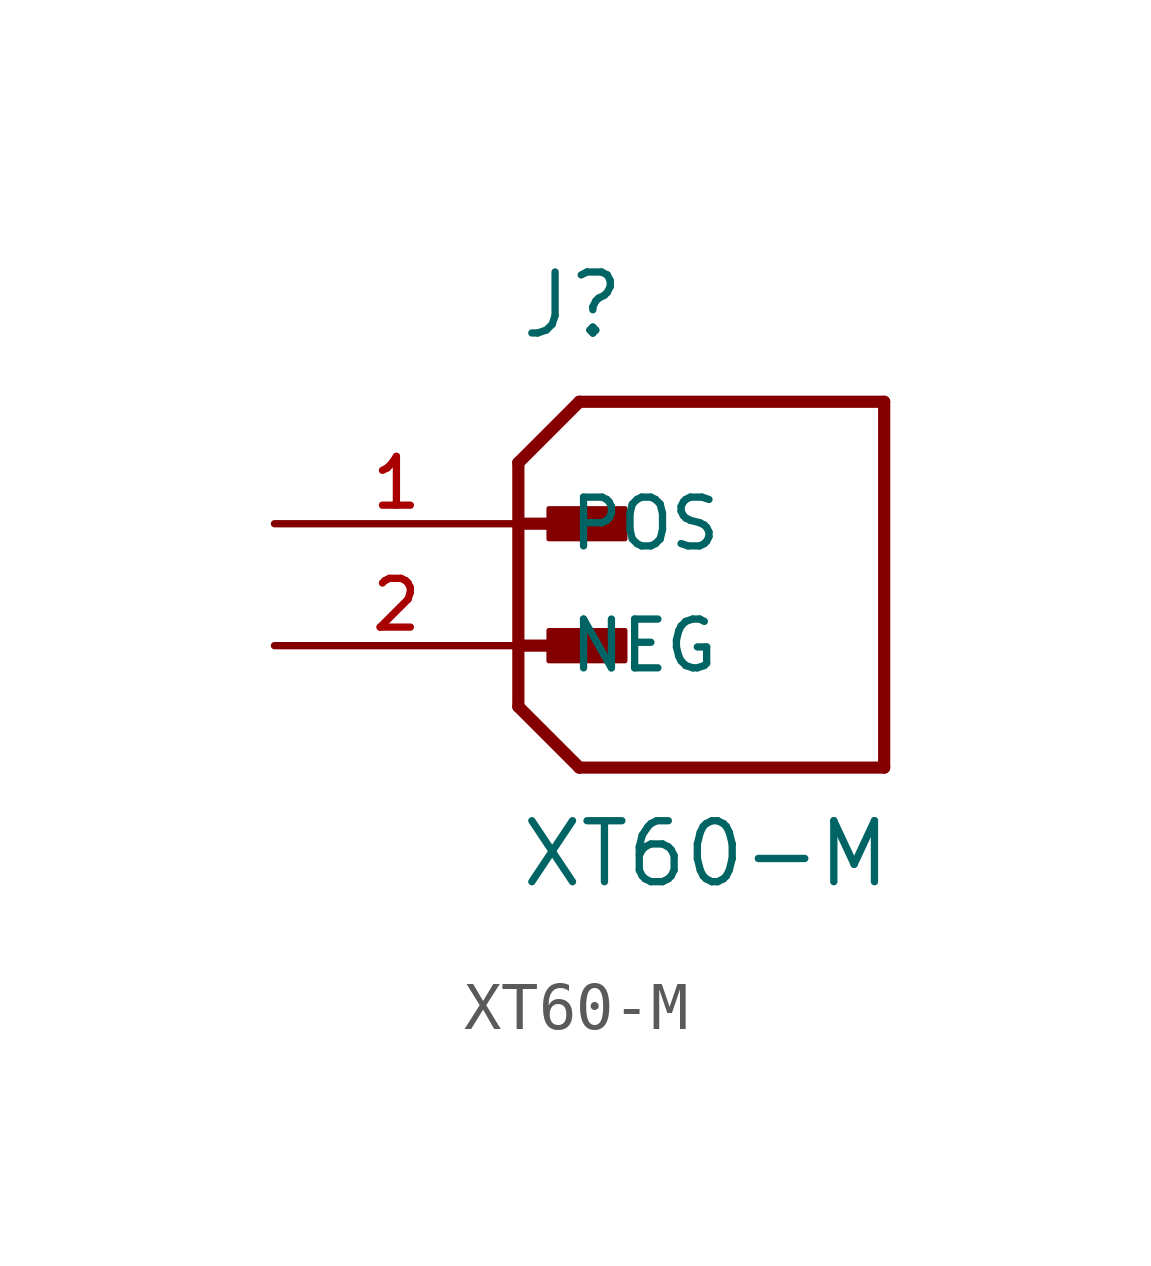
<source format=kicad_sym>
(kicad_symbol_lib
  (version 20220914)
  (generator kicad_symbol_editor)
  (symbol "XT60-M"
    (pin_names
      (offset 1.016))
    (property "Reference" "J"
      (at 0 6.35 0)
      (effects (font (size 1.27 1.27)) (justify left bottom)))
    (property "Value" "XT60-M"
      (at 0 -5.08 0)
      (effects (font (size 1.27 1.27)) (justify left bottom)))
    (symbol "XT60-M_0_0"
      (polyline (pts (xy 0 -1.27) (xy 1.27 -2.54)) (stroke (width 0.254) (type default)) (fill (type none)))
      (polyline (pts (xy 0 0) (xy 1.905 0)) (stroke (width 0.254) (type default)) (fill (type none)))
      (polyline (pts (xy 0 2.54) (xy 0 -1.27)) (stroke (width 0.254) (type default)) (fill (type none)))
      (polyline (pts (xy 0 2.54) (xy 1.905 2.54)) (stroke (width 0.254) (type default)) (fill (type none)))
      (polyline (pts (xy 0 3.81) (xy 0 2.54)) (stroke (width 0.254) (type default)) (fill (type none)))
      (polyline (pts (xy 0 3.81) (xy 1.27 5.08)) (stroke (width 0.254) (type default)) (fill (type none)))
      (polyline (pts (xy 1.27 -2.54) (xy 7.62 -2.54)) (stroke (width 0.254) (type default)) (fill (type none)))
      (polyline (pts (xy 7.62 -2.54) (xy 7.62 5.08)) (stroke (width 0.254) (type default)) (fill (type none)))
      (polyline (pts (xy 7.62 5.08) (xy 1.27 5.08)) (stroke (width 0.254) (type default)) (fill (type none)))
      (rectangle (start 0.635 -0.318) (end 2.223 0.318) (stroke (width 0.1) (type default)) (fill (type outline)))
      (rectangle (start 0.635 2.223) (end 2.223 2.857) (stroke (width 0.1) (type default)) (fill (type outline))))
    (symbol "XT60-M_1_0"
      (pin passive line (at -5.08 2.54 0) (length 5.08) (name "POS" (effects (font (size 1.016 1.016)))) (number "1" (effects (font (size 1.016 1.016)))))
      (pin passive line (at -5.08 0 0) (length 5.08) (name "NEG" (effects (font (size 1.016 1.016)))) (number "2" (effects (font (size 1.016 1.016))))))))
</source>
